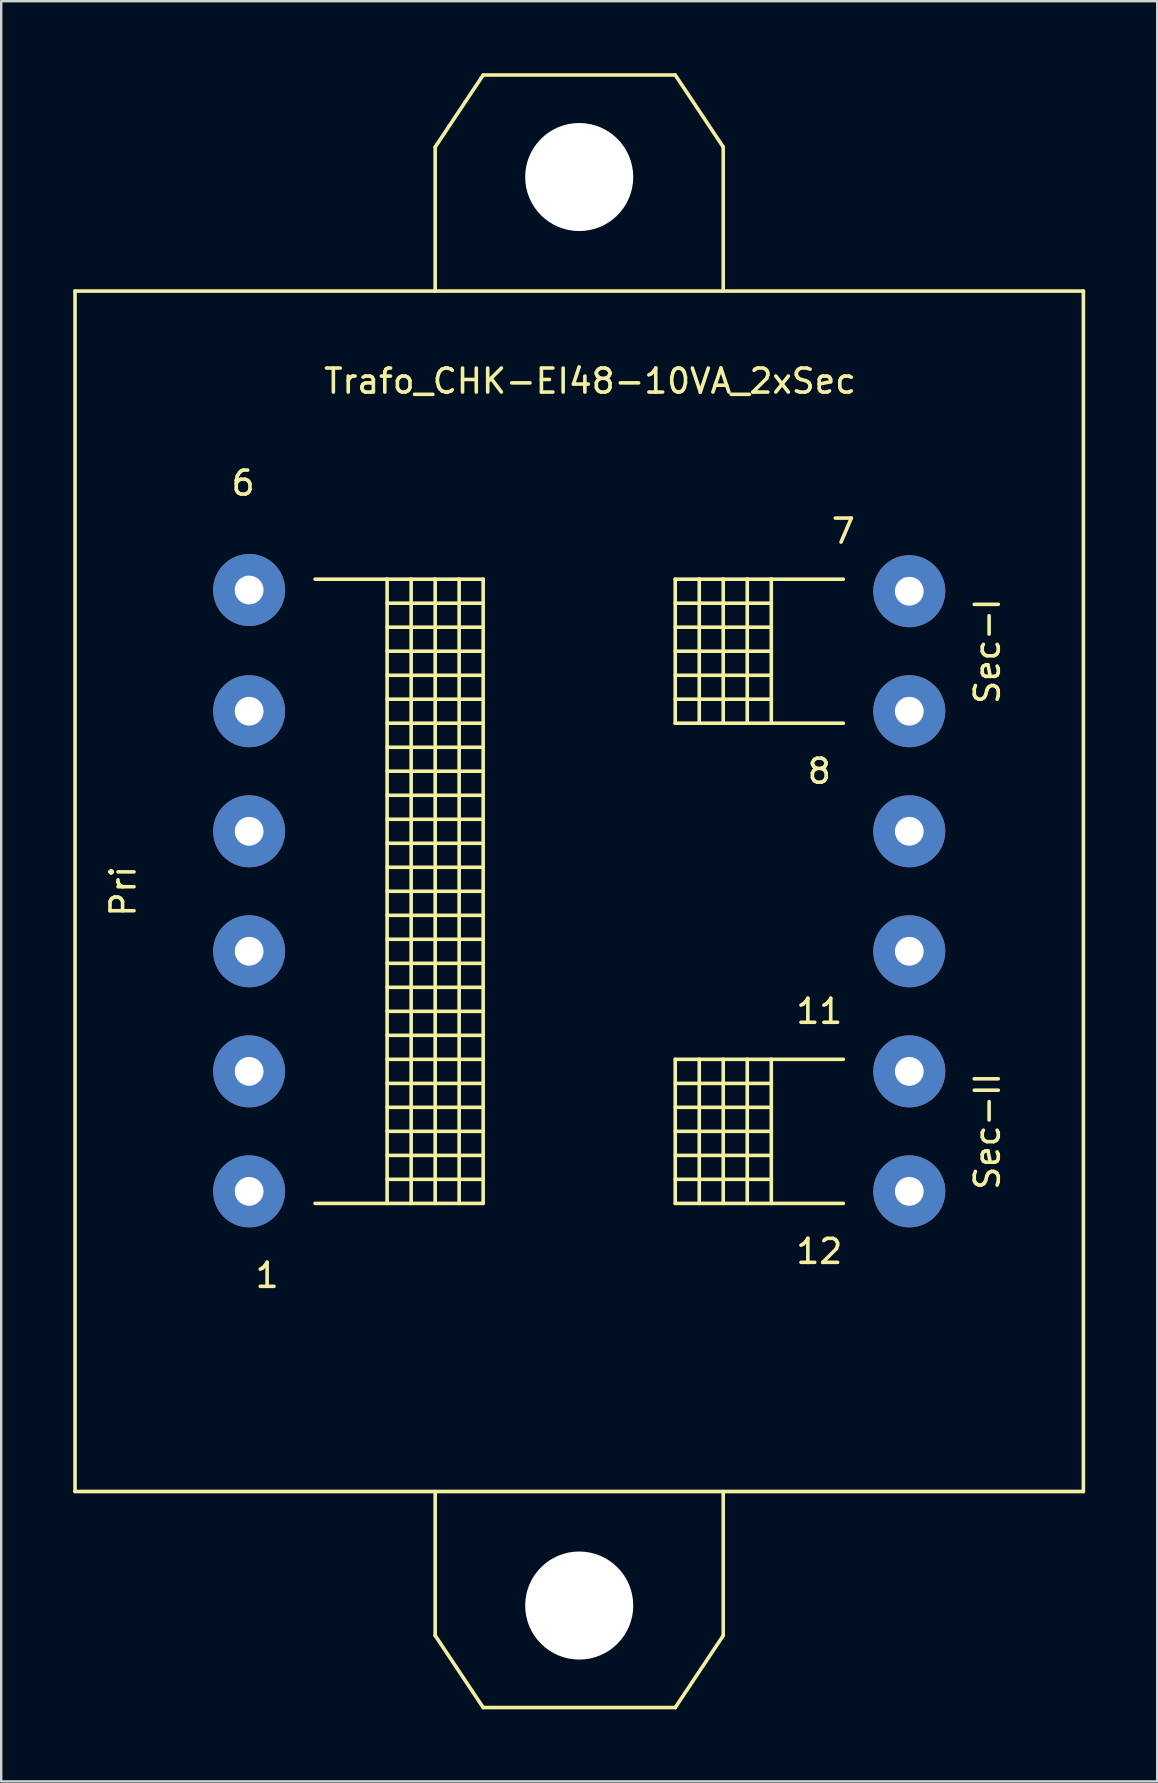
<source format=kicad_pcb>
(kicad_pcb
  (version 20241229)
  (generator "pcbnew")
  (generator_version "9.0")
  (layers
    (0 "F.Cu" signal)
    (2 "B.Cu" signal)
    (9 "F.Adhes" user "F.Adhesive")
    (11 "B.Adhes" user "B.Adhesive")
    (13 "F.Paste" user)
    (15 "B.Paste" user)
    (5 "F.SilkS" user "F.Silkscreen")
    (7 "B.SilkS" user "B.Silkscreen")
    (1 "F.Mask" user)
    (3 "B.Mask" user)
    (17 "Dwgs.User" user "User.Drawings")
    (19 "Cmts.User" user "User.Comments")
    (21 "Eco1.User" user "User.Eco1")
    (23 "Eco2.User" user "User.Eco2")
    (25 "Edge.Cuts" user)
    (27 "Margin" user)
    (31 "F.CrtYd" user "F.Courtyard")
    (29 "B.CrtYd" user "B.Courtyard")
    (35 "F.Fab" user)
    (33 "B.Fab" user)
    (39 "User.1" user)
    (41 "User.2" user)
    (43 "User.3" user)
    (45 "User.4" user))
  (footprint "Trafo_CHK-EI48-10VA_2xSec"
    (layer "F.Cu")
    (at 21.076 34.075)
    (property "Reference" "Trafo_CHK-EI48-10VA_2xSec" (at 0.45 -21.25 0) (layer "F.SilkS") (effects (font (size 1 1) (thickness 0.15))))
    (attr through_hole)
    (fp_line (start -21.001 -25.001) (end -21.001 25.001) (stroke (width 0.15) (type solid)) (layer "F.SilkS"))
    (fp_line (start -21.001 25.001) (end 21.001 25.001) (stroke (width 0.15) (type solid)) (layer "F.SilkS"))
    (fp_line (start -11.001 -13) (end -8.001 -13) (stroke (width 0.15) (type solid)) (layer "F.SilkS"))
    (fp_line (start -8.001 -13) (end -8.001 13) (stroke (width 0.15) (type solid)) (layer "F.SilkS"))
    (fp_line (start -8.001 -13) (end -7 -13) (stroke (width 0.15) (type solid)) (layer "F.SilkS"))
    (fp_line (start -8.001 -11.999) (end -4 -11.999) (stroke (width 0.15) (type solid)) (layer "F.SilkS"))
    (fp_line (start -8.001 -11.001) (end -4 -11.001) (stroke (width 0.15) (type solid)) (layer "F.SilkS"))
    (fp_line (start -8.001 -10) (end -4 -10) (stroke (width 0.15) (type solid)) (layer "F.SilkS"))
    (fp_line (start -8.001 -8.999) (end -4 -8.999) (stroke (width 0.15) (type solid)) (layer "F.SilkS"))
    (fp_line (start -8.001 -8.001) (end -4 -8.001) (stroke (width 0.15) (type solid)) (layer "F.SilkS"))
    (fp_line (start -8.001 -7) (end -4 -7) (stroke (width 0.15) (type solid)) (layer "F.SilkS"))
    (fp_line (start -8.001 -5.999) (end -4 -5.999) (stroke (width 0.15) (type solid)) (layer "F.SilkS"))
    (fp_line (start -8.001 -5.001) (end -4 -5.001) (stroke (width 0.15) (type solid)) (layer "F.SilkS"))
    (fp_line (start -8.001 -4) (end -4 -4) (stroke (width 0.15) (type solid)) (layer "F.SilkS"))
    (fp_line (start -8.001 -3) (end -4 -3) (stroke (width 0.15) (type solid)) (layer "F.SilkS"))
    (fp_line (start -8.001 -1.999) (end -4 -1.999) (stroke (width 0.15) (type solid)) (layer "F.SilkS"))
    (fp_line (start -8.001 -1.001) (end -4 -1.001) (stroke (width 0.15) (type solid)) (layer "F.SilkS"))
    (fp_line (start -8.001 0) (end -4 0) (stroke (width 0.15) (type solid)) (layer "F.SilkS"))
    (fp_line (start -8.001 1.001) (end -4 1.001) (stroke (width 0.15) (type solid)) (layer "F.SilkS"))
    (fp_line (start -8.001 1.999) (end -4 1.999) (stroke (width 0.15) (type solid)) (layer "F.SilkS"))
    (fp_line (start -8.001 3) (end -4 3) (stroke (width 0.15) (type solid)) (layer "F.SilkS"))
    (fp_line (start -8.001 4) (end -4 4) (stroke (width 0.15) (type solid)) (layer "F.SilkS"))
    (fp_line (start -8.001 5.001) (end -4 5.001) (stroke (width 0.15) (type solid)) (layer "F.SilkS"))
    (fp_line (start -8.001 5.999) (end -4 5.999) (stroke (width 0.15) (type solid)) (layer "F.SilkS"))
    (fp_line (start -8.001 7) (end -4 7) (stroke (width 0.15) (type solid)) (layer "F.SilkS"))
    (fp_line (start -8.001 8.001) (end -4 8.001) (stroke (width 0.15) (type solid)) (layer "F.SilkS"))
    (fp_line (start -8.001 8.999) (end -4 8.999) (stroke (width 0.15) (type solid)) (layer "F.SilkS"))
    (fp_line (start -8.001 10) (end -4 10) (stroke (width 0.15) (type solid)) (layer "F.SilkS"))
    (fp_line (start -8.001 11.999) (end -4 11.999) (stroke (width 0.15) (type solid)) (layer "F.SilkS"))
    (fp_line (start -8.001 13) (end -11.001 13) (stroke (width 0.15) (type solid)) (layer "F.SilkS"))
    (fp_line (start -7 -13) (end -7 13) (stroke (width 0.15) (type solid)) (layer "F.SilkS"))
    (fp_line (start -7 -13) (end -5.999 -13) (stroke (width 0.15) (type solid)) (layer "F.SilkS"))
    (fp_line (start -7 11.001) (end -8.001 11.001) (stroke (width 0.15) (type solid)) (layer "F.SilkS"))
    (fp_line (start -7 11.001) (end -4 11.001) (stroke (width 0.15) (type solid)) (layer "F.SilkS"))
    (fp_line (start -7 13) (end -8.001 13) (stroke (width 0.15) (type solid)) (layer "F.SilkS"))
    (fp_line (start -5.999 -31.001) (end -5.999 -25.001) (stroke (width 0.15) (type solid)) (layer "F.SilkS"))
    (fp_line (start -5.999 -13) (end -5.999 13) (stroke (width 0.15) (type solid)) (layer "F.SilkS"))
    (fp_line (start -5.999 -13) (end -5.001 -13) (stroke (width 0.15) (type solid)) (layer "F.SilkS"))
    (fp_line (start -5.999 13) (end -7 13) (stroke (width 0.15) (type solid)) (layer "F.SilkS"))
    (fp_line (start -5.999 31.001) (end -5.999 25.001) (stroke (width 0.15) (type solid)) (layer "F.SilkS"))
    (fp_line (start -5.001 -13) (end -5.001 13) (stroke (width 0.15) (type solid)) (layer "F.SilkS"))
    (fp_line (start -5.001 -13) (end -4 -13) (stroke (width 0.15) (type solid)) (layer "F.SilkS"))
    (fp_line (start -5.001 13) (end -5.999 13) (stroke (width 0.15) (type solid)) (layer "F.SilkS"))
    (fp_line (start -4 -34) (end -5.999 -31.001) (stroke (width 0.15) (type solid)) (layer "F.SilkS"))
    (fp_line (start -4 -13) (end -4 13) (stroke (width 0.15) (type solid)) (layer "F.SilkS"))
    (fp_line (start -4 13) (end -5.001 13) (stroke (width 0.15) (type solid)) (layer "F.SilkS"))
    (fp_line (start -4 34) (end -5.999 31.001) (stroke (width 0.15) (type solid)) (layer "F.SilkS"))
    (fp_line (start 4 -34) (end -4 -34) (stroke (width 0.15) (type solid)) (layer "F.SilkS"))
    (fp_line (start 4 -13) (end 4 -7) (stroke (width 0.15) (type solid)) (layer "F.SilkS"))
    (fp_line (start 4 -11.999) (end 8.001 -11.999) (stroke (width 0.15) (type solid)) (layer "F.SilkS"))
    (fp_line (start 4 -11.001) (end 8.001 -11.001) (stroke (width 0.15) (type solid)) (layer "F.SilkS"))
    (fp_line (start 4 -10) (end 8.001 -10) (stroke (width 0.15) (type solid)) (layer "F.SilkS"))
    (fp_line (start 4 -8.999) (end 8.001 -8.999) (stroke (width 0.15) (type solid)) (layer "F.SilkS"))
    (fp_line (start 4 -8.001) (end 8.001 -8.001) (stroke (width 0.15) (type solid)) (layer "F.SilkS"))
    (fp_line (start 4 -7) (end 5.001 -7) (stroke (width 0.15) (type solid)) (layer "F.SilkS"))
    (fp_line (start 4 7) (end 4 13) (stroke (width 0.15) (type solid)) (layer "F.SilkS"))
    (fp_line (start 4 8.001) (end 8.001 8.001) (stroke (width 0.15) (type solid)) (layer "F.SilkS"))
    (fp_line (start 4 8.999) (end 8.001 8.999) (stroke (width 0.15) (type solid)) (layer "F.SilkS"))
    (fp_line (start 4 10) (end 8.001 10) (stroke (width 0.15) (type solid)) (layer "F.SilkS"))
    (fp_line (start 4 11.001) (end 8.001 11.001) (stroke (width 0.15) (type solid)) (layer "F.SilkS"))
    (fp_line (start 4 11.999) (end 8.001 11.999) (stroke (width 0.15) (type solid)) (layer "F.SilkS"))
    (fp_line (start 4 13) (end 5.001 13) (stroke (width 0.15) (type solid)) (layer "F.SilkS"))
    (fp_line (start 4 34) (end -4 34) (stroke (width 0.15) (type solid)) (layer "F.SilkS"))
    (fp_line (start 5.001 -13) (end 4 -13) (stroke (width 0.15) (type solid)) (layer "F.SilkS"))
    (fp_line (start 5.001 -13) (end 5.001 -7) (stroke (width 0.15) (type solid)) (layer "F.SilkS"))
    (fp_line (start 5.001 -7) (end 5.999 -7) (stroke (width 0.15) (type solid)) (layer "F.SilkS"))
    (fp_line (start 5.001 7) (end 4 7) (stroke (width 0.15) (type solid)) (layer "F.SilkS"))
    (fp_line (start 5.001 7) (end 5.001 13) (stroke (width 0.15) (type solid)) (layer "F.SilkS"))
    (fp_line (start 5.001 13) (end 5.999 13) (stroke (width 0.15) (type solid)) (layer "F.SilkS"))
    (fp_line (start 5.999 -31.001) (end 4 -34) (stroke (width 0.15) (type solid)) (layer "F.SilkS"))
    (fp_line (start 5.999 -25.001) (end 5.999 -31.001) (stroke (width 0.15) (type solid)) (layer "F.SilkS"))
    (fp_line (start 5.999 -13) (end 5.001 -13) (stroke (width 0.15) (type solid)) (layer "F.SilkS"))
    (fp_line (start 5.999 -13) (end 5.999 -7) (stroke (width 0.15) (type solid)) (layer "F.SilkS"))
    (fp_line (start 5.999 -7) (end 7 -7) (stroke (width 0.15) (type solid)) (layer "F.SilkS"))
    (fp_line (start 5.999 7) (end 5.001 7) (stroke (width 0.15) (type solid)) (layer "F.SilkS"))
    (fp_line (start 5.999 7) (end 5.999 13) (stroke (width 0.15) (type solid)) (layer "F.SilkS"))
    (fp_line (start 5.999 13) (end 7 13) (stroke (width 0.15) (type solid)) (layer "F.SilkS"))
    (fp_line (start 5.999 25.001) (end 5.999 31.001) (stroke (width 0.15) (type solid)) (layer "F.SilkS"))
    (fp_line (start 5.999 31.001) (end 4 34) (stroke (width 0.15) (type solid)) (layer "F.SilkS"))
    (fp_line (start 7 -13) (end 5.999 -13) (stroke (width 0.15) (type solid)) (layer "F.SilkS"))
    (fp_line (start 7 -13) (end 7 -7) (stroke (width 0.15) (type solid)) (layer "F.SilkS"))
    (fp_line (start 7 -7) (end 8.001 -7) (stroke (width 0.15) (type solid)) (layer "F.SilkS"))
    (fp_line (start 7 7) (end 5.999 7) (stroke (width 0.15) (type solid)) (layer "F.SilkS"))
    (fp_line (start 7 7) (end 7 13) (stroke (width 0.15) (type solid)) (layer "F.SilkS"))
    (fp_line (start 7 13) (end 8.001 13) (stroke (width 0.15) (type solid)) (layer "F.SilkS"))
    (fp_line (start 8.001 -13) (end 7 -13) (stroke (width 0.15) (type solid)) (layer "F.SilkS"))
    (fp_line (start 8.001 -13) (end 8.001 -7) (stroke (width 0.15) (type solid)) (layer "F.SilkS"))
    (fp_line (start 8.001 -7) (end 11.001 -7) (stroke (width 0.15) (type solid)) (layer "F.SilkS"))
    (fp_line (start 8.001 7) (end 7 7) (stroke (width 0.15) (type solid)) (layer "F.SilkS"))
    (fp_line (start 8.001 7) (end 8.001 13) (stroke (width 0.15) (type solid)) (layer "F.SilkS"))
    (fp_line (start 8.001 13) (end 11.001 13) (stroke (width 0.15) (type solid)) (layer "F.SilkS"))
    (fp_line (start 11.001 -13) (end 8.001 -13) (stroke (width 0.15) (type solid)) (layer "F.SilkS"))
    (fp_line (start 11.001 7) (end 8.001 7) (stroke (width 0.15) (type solid)) (layer "F.SilkS"))
    (fp_line (start 21.001 -25.001) (end -21.001 -25.001) (stroke (width 0.15) (type solid)) (layer "F.SilkS"))
    (fp_line (start 21.001 25.001) (end 21.001 -25.001) (stroke (width 0.15) (type solid)) (layer "F.SilkS"))
    (fp_text user "1" (at -13 15.999 0) (layer "F.SilkS") (effects (font (size 1 1) (thickness 0.15))))
    (fp_text user "12" (at 10 15.001 0) (layer "F.SilkS") (effects (font (size 1 1) (thickness 0.15))))
    (fp_text user "7" (at 11.001 -15.001 0) (layer "F.SilkS") (effects (font (size 1 1) (thickness 0.15))))
    (fp_text user "Pri" (at -18.999 0 90) (layer "F.SilkS") (effects (font (size 1 1) (thickness 0.15))))
    (fp_text user "Sec-I" (at 17 -10 90) (layer "F.SilkS") (effects (font (size 1 1) (thickness 0.15))))
    (fp_text user "11" (at 10 5.001 0) (layer "F.SilkS") (effects (font (size 1 1) (thickness 0.15))))
    (fp_text user "8" (at 10 -5.001 0) (layer "F.SilkS") (effects (font (size 1 1) (thickness 0.15))))
    (fp_text user "6" (at -14 -17 0) (layer "F.SilkS") (effects (font (size 1 1) (thickness 0.15))))
    (fp_text user "Sec-II" (at 17 10 90) (layer "F.SilkS") (effects (font (size 1 1) (thickness 0.15))))
    (pad "" np_thru_hole circle (at 0 -29.751) (size 4.501 4.501) (drill 4.501) (layers "*.Cu" "*.Mask"))
    (pad "" np_thru_hole circle (at 0 29.751) (size 4.501 4.501) (drill 4.501) (layers "*.Cu" "*.Mask"))
    (pad "1" thru_hole circle (at -13.749 12.499) (size 3 3) (drill 1.199) (layers "*.Cu" "*.Mask"))
    (pad "2" thru_hole circle (at -13.749 7.501) (size 3 3) (drill 1.199) (layers "*.Cu" "*.Mask"))
    (pad "3" thru_hole circle (at -13.749 2.499) (size 3 3) (drill 1.199) (layers "*.Cu" "*.Mask"))
    (pad "4" thru_hole circle (at -13.749 -2.499) (size 3 3) (drill 1.199) (layers "*.Cu" "*.Mask"))
    (pad "5" thru_hole circle (at -13.749 -7.501) (size 3 3) (drill 1.199) (layers "*.Cu" "*.Mask"))
    (pad "6" thru_hole circle (at -13.749 -12.55) (size 3 3) (drill 1.199) (layers "*.Cu" "*.Mask"))
    (pad "7" thru_hole circle (at 13.749 -12.499) (size 3 3) (drill 1.199) (layers "*.Cu" "*.Mask"))
    (pad "8" thru_hole circle (at 13.749 -7.501) (size 3 3) (drill 1.199) (layers "*.Cu" "*.Mask"))
    (pad "9" thru_hole circle (at 13.749 -2.499) (size 3 3) (drill 1.199) (layers "*.Cu" "*.Mask"))
    (pad "10" thru_hole circle (at 13.749 2.499) (size 3 3) (drill 1.199) (layers "*.Cu" "*.Mask"))
    (pad "11" thru_hole circle (at 13.749 7.501) (size 3 3) (drill 1.199) (layers "*.Cu" "*.Mask"))
    (pad "12" thru_hole circle (at 13.749 12.499) (size 3 3) (drill 1.199) (layers "*.Cu" "*.Mask")))
  (gr_rect
    (start -3 -3)
    (end 45.151 71.151)
    (stroke (width 0.1) (type default))
    (fill no)
    (layer "Edge.Cuts")))
</source>
